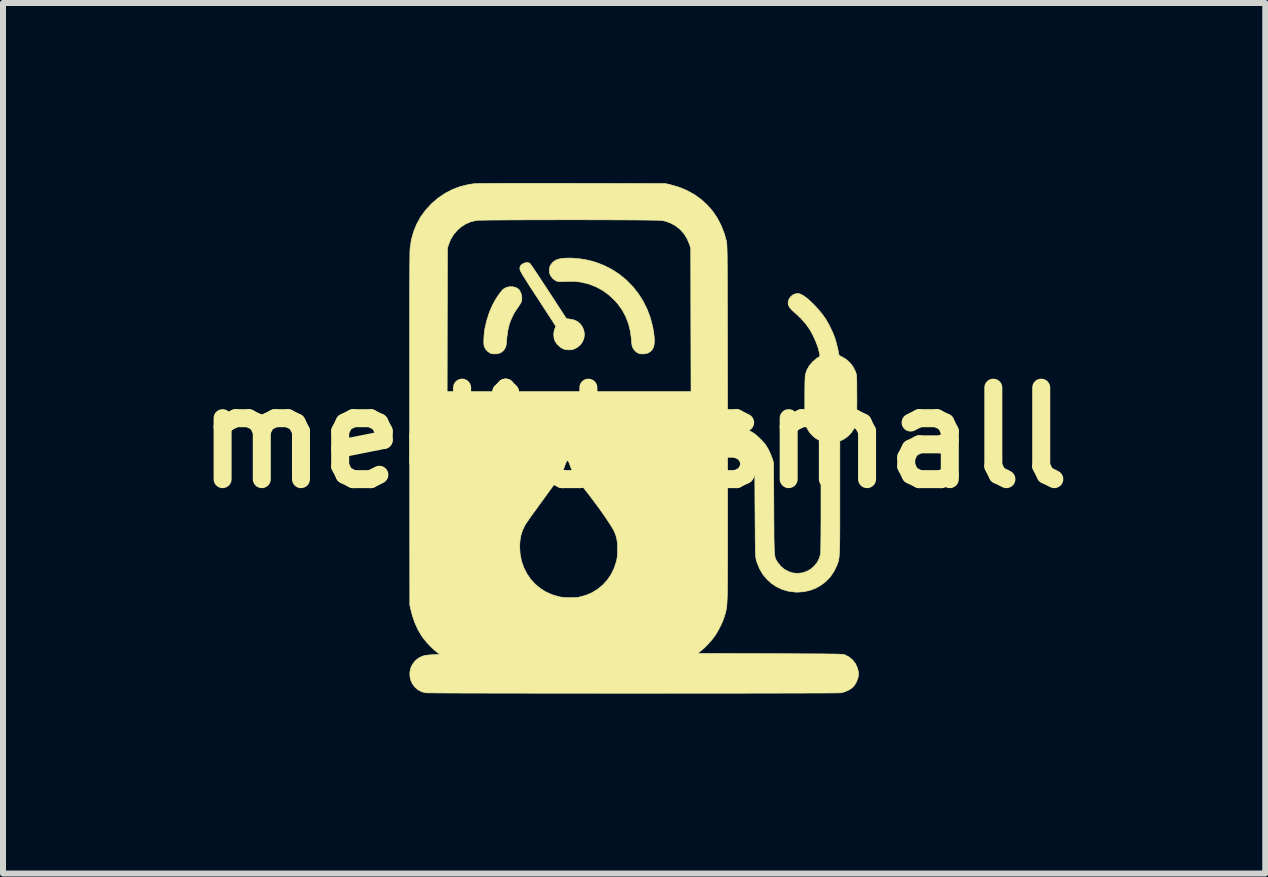
<source format=kicad_pcb>
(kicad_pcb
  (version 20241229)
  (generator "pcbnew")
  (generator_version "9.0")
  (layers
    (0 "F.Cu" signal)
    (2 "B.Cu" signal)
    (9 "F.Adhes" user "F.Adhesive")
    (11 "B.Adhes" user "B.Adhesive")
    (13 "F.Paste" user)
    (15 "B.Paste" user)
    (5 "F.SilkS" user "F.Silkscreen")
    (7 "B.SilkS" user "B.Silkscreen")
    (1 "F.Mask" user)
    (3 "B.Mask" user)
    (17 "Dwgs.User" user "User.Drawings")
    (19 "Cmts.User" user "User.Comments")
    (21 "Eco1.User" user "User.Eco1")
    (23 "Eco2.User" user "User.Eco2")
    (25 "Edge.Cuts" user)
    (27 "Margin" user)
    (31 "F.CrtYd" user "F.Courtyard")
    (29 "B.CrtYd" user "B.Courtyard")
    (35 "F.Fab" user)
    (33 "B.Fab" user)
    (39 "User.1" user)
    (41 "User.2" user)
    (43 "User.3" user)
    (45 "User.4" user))
  (footprint "medidosmall"
    (layer "F.Cu")
    (at 7.518 4.246)
    (property "Reference" "medidosmall" (at 0 0 0) (layer "F.SilkS") (effects (font (size 1.524 1.524) (thickness 0.3))))
    (attr through_hole)
    (fp_poly (pts (xy -2.014 -2.516) (xy -1.961 -2.499) (xy -1.942 -2.489) (xy -1.913 -2.462) (xy -1.891 -2.423) (xy -1.876 -2.378) (xy -1.87 -2.33) (xy -1.874 -2.284) (xy -1.882 -2.26) (xy -1.892 -2.24) (xy -1.91 -2.212) (xy -1.931 -2.179) (xy -1.943 -2.163) (xy -2 -2.076) (xy -2.044 -1.988) (xy -2.079 -1.895) (xy -2.103 -1.795) (xy -2.119 -1.685) (xy -2.124 -1.626) (xy -2.128 -1.58) (xy -2.132 -1.548) (xy -2.137 -1.523) (xy -2.145 -1.504) (xy -2.154 -1.486) (xy -2.186 -1.445) (xy -2.224 -1.417) (xy -2.272 -1.402) (xy -2.306 -1.399) (xy -2.344 -1.398) (xy -2.371 -1.402) (xy -2.396 -1.411) (xy -2.403 -1.414) (xy -2.444 -1.443) (xy -2.477 -1.481) (xy -2.498 -1.524) (xy -2.499 -1.528) (xy -2.503 -1.556) (xy -2.505 -1.596) (xy -2.504 -1.645) (xy -2.501 -1.699) (xy -2.496 -1.754) (xy -2.489 -1.806) (xy -2.485 -1.829) (xy -2.454 -1.959) (xy -2.413 -2.087) (xy -2.362 -2.206) (xy -2.338 -2.252) (xy -2.311 -2.3) (xy -2.28 -2.349) (xy -2.249 -2.394) (xy -2.219 -2.433) (xy -2.193 -2.464) (xy -2.174 -2.481) (xy -2.125 -2.507) (xy -2.07 -2.518) (xy -2.014 -2.516)) (stroke (width 0.01) (type solid)) (fill yes) (layer "F.SilkS"))
    (fp_poly (pts (xy -1.042 -2.994) (xy -0.957 -2.988) (xy -0.869 -2.978) (xy -0.781 -2.962) (xy -0.695 -2.941) (xy -0.643 -2.926) (xy -0.5 -2.871) (xy -0.366 -2.802) (xy -0.241 -2.72) (xy -0.126 -2.625) (xy -0.022 -2.519) (xy 0.07 -2.403) (xy 0.15 -2.277) (xy 0.217 -2.142) (xy 0.271 -1.999) (xy 0.31 -1.849) (xy 0.33 -1.727) (xy 0.337 -1.648) (xy 0.337 -1.582) (xy 0.329 -1.528) (xy 0.312 -1.485) (xy 0.287 -1.451) (xy 0.252 -1.424) (xy 0.234 -1.415) (xy 0.2 -1.403) (xy 0.158 -1.398) (xy 0.115 -1.398) (xy 0.081 -1.405) (xy 0.077 -1.406) (xy 0.031 -1.434) (xy -0.006 -1.475) (xy -0.014 -1.487) (xy -0.023 -1.505) (xy -0.031 -1.525) (xy -0.036 -1.549) (xy -0.04 -1.582) (xy -0.043 -1.628) (xy -0.043 -1.631) (xy -0.061 -1.769) (xy -0.092 -1.899) (xy -0.139 -2.02) (xy -0.2 -2.133) (xy -0.276 -2.237) (xy -0.323 -2.29) (xy -0.42 -2.381) (xy -0.526 -2.457) (xy -0.639 -2.518) (xy -0.758 -2.564) (xy -0.883 -2.594) (xy -1.013 -2.608) (xy -1.148 -2.606) (xy -1.173 -2.604) (xy -1.225 -2.601) (xy -1.266 -2.604) (xy -1.299 -2.614) (xy -1.329 -2.633) (xy -1.348 -2.648) (xy -1.386 -2.692) (xy -1.408 -2.74) (xy -1.414 -2.794) (xy -1.405 -2.848) (xy -1.388 -2.883) (xy -1.36 -2.919) (xy -1.324 -2.949) (xy -1.301 -2.962) (xy -1.254 -2.979) (xy -1.193 -2.989) (xy -1.122 -2.994) (xy -1.042 -2.994)) (stroke (width 0.01) (type solid)) (fill yes) (layer "F.SilkS"))
    (fp_poly (pts (xy -1.758 -2.917) (xy -1.736 -2.906) (xy -1.729 -2.897) (xy -1.713 -2.874) (xy -1.689 -2.84) (xy -1.659 -2.795) (xy -1.622 -2.741) (xy -1.581 -2.679) (xy -1.536 -2.61) (xy -1.487 -2.536) (xy -1.436 -2.458) (xy -1.423 -2.438) (xy -1.128 -1.985) (xy -1.075 -1.979) (xy -1.005 -1.965) (xy -0.947 -1.939) (xy -0.9 -1.9) (xy -0.862 -1.848) (xy -0.855 -1.834) (xy -0.834 -1.773) (xy -0.828 -1.711) (xy -0.838 -1.652) (xy -0.862 -1.596) (xy -0.899 -1.546) (xy -0.949 -1.505) (xy -0.976 -1.491) (xy -1.01 -1.475) (xy -1.04 -1.468) (xy -1.074 -1.465) (xy -1.083 -1.465) (xy -1.119 -1.468) (xy -1.154 -1.473) (xy -1.175 -1.479) (xy -1.212 -1.498) (xy -1.251 -1.529) (xy -1.287 -1.565) (xy -1.313 -1.604) (xy -1.32 -1.617) (xy -1.335 -1.668) (xy -1.339 -1.724) (xy -1.333 -1.779) (xy -1.321 -1.817) (xy -1.304 -1.856) (xy -1.328 -1.896) (xy -1.337 -1.91) (xy -1.354 -1.937) (xy -1.379 -1.975) (xy -1.411 -2.023) (xy -1.448 -2.08) (xy -1.489 -2.144) (xy -1.535 -2.214) (xy -1.583 -2.289) (xy -1.626 -2.354) (xy -1.684 -2.443) (xy -1.734 -2.519) (xy -1.775 -2.584) (xy -1.809 -2.638) (xy -1.837 -2.682) (xy -1.859 -2.717) (xy -1.875 -2.746) (xy -1.887 -2.768) (xy -1.895 -2.785) (xy -1.9 -2.798) (xy -1.903 -2.808) (xy -1.903 -2.811) (xy -1.903 -2.84) (xy -1.896 -2.862) (xy -1.889 -2.871) (xy -1.861 -2.896) (xy -1.827 -2.913) (xy -1.791 -2.92) (xy -1.758 -2.917)) (stroke (width 0.01) (type solid)) (fill yes) (layer "F.SilkS"))
    (fp_poly (pts (xy -1.512 -4.241) (xy -1.317 -4.24) (xy -1.105 -4.24) (xy -1.029 -4.24) (xy 0.521 -4.237) (xy 0.603 -4.218) (xy 0.746 -4.177) (xy 0.879 -4.122) (xy 1.003 -4.054) (xy 1.116 -3.973) (xy 1.219 -3.88) (xy 1.31 -3.775) (xy 1.388 -3.659) (xy 1.453 -3.533) (xy 1.505 -3.398) (xy 1.535 -3.289) (xy 1.538 -3.28) (xy 1.54 -3.27) (xy 1.541 -3.259) (xy 1.543 -3.247) (xy 1.545 -3.233) (xy 1.546 -3.215) (xy 1.547 -3.194) (xy 1.548 -3.168) (xy 1.549 -3.136) (xy 1.55 -3.098) (xy 1.551 -3.054) (xy 1.552 -3.001) (xy 1.552 -2.94) (xy 1.553 -2.87) (xy 1.553 -2.789) (xy 1.553 -2.698) (xy 1.554 -2.595) (xy 1.554 -2.48) (xy 1.554 -2.352) (xy 1.555 -2.209) (xy 1.555 -2.052) (xy 1.555 -1.88) (xy 1.556 -1.709) (xy 1.558 -0.206) (xy 1.633 -0.2) (xy 1.732 -0.186) (xy 1.831 -0.157) (xy 1.926 -0.116) (xy 1.998 -0.073) (xy 2.037 -0.043) (xy 2.081 -0.004) (xy 2.125 0.04) (xy 2.164 0.083) (xy 2.189 0.114) (xy 2.236 0.19) (xy 2.275 0.273) (xy 2.3 0.339) (xy 2.324 0.411) (xy 2.329 1.177) (xy 2.329 1.312) (xy 2.33 1.431) (xy 2.331 1.535) (xy 2.331 1.625) (xy 2.332 1.703) (xy 2.334 1.77) (xy 2.335 1.826) (xy 2.337 1.874) (xy 2.339 1.912) (xy 2.342 1.944) (xy 2.346 1.971) (xy 2.35 1.992) (xy 2.355 2.009) (xy 2.361 2.024) (xy 2.368 2.038) (xy 2.376 2.051) (xy 2.385 2.065) (xy 2.395 2.079) (xy 2.445 2.143) (xy 2.506 2.193) (xy 2.574 2.23) (xy 2.648 2.253) (xy 2.726 2.26) (xy 2.804 2.251) (xy 2.877 2.227) (xy 2.944 2.189) (xy 3.002 2.139) (xy 3.051 2.079) (xy 3.086 2.011) (xy 3.107 1.94) (xy 3.109 1.923) (xy 3.11 1.891) (xy 3.111 1.842) (xy 3.112 1.778) (xy 3.113 1.699) (xy 3.114 1.606) (xy 3.114 1.499) (xy 3.115 1.379) (xy 3.115 1.246) (xy 3.115 1.101) (xy 3.115 0.975) (xy 3.115 0.055) (xy 3.065 0.031) (xy 3.016 0.001) (xy 2.968 -0.041) (xy 2.925 -0.09) (xy 2.897 -0.133) (xy 2.885 -0.157) (xy 2.875 -0.178) (xy 2.867 -0.2) (xy 2.86 -0.223) (xy 2.855 -0.25) (xy 2.851 -0.282) (xy 2.849 -0.321) (xy 2.847 -0.369) (xy 2.846 -0.428) (xy 2.845 -0.499) (xy 2.845 -0.584) (xy 2.845 -0.645) (xy 2.845 -0.748) (xy 2.846 -0.837) (xy 2.847 -0.912) (xy 2.849 -0.972) (xy 2.851 -1.017) (xy 2.853 -1.045) (xy 2.854 -1.052) (xy 2.879 -1.128) (xy 2.919 -1.199) (xy 2.973 -1.264) (xy 3.041 -1.322) (xy 3.086 -1.351) (xy 3.094 -1.357) (xy 3.097 -1.367) (xy 3.095 -1.385) (xy 3.09 -1.41) (xy 3.067 -1.499) (xy 3.033 -1.593) (xy 2.991 -1.688) (xy 2.944 -1.778) (xy 2.902 -1.843) (xy 2.846 -1.917) (xy 2.778 -1.992) (xy 2.703 -2.064) (xy 2.668 -2.094) (xy 2.621 -2.137) (xy 2.589 -2.177) (xy 2.571 -2.214) (xy 2.566 -2.252) (xy 2.574 -2.291) (xy 2.581 -2.307) (xy 2.609 -2.351) (xy 2.647 -2.382) (xy 2.692 -2.4) (xy 2.741 -2.403) (xy 2.75 -2.402) (xy 2.783 -2.39) (xy 2.824 -2.367) (xy 2.871 -2.333) (xy 2.922 -2.29) (xy 2.975 -2.24) (xy 3.029 -2.185) (xy 3.081 -2.126) (xy 3.131 -2.066) (xy 3.175 -2.005) (xy 3.19 -1.984) (xy 3.219 -1.935) (xy 3.251 -1.877) (xy 3.282 -1.814) (xy 3.311 -1.752) (xy 3.334 -1.696) (xy 3.344 -1.669) (xy 3.357 -1.627) (xy 3.371 -1.577) (xy 3.384 -1.524) (xy 3.396 -1.474) (xy 3.405 -1.431) (xy 3.408 -1.412) (xy 3.412 -1.39) (xy 3.419 -1.375) (xy 3.433 -1.364) (xy 3.457 -1.352) (xy 3.461 -1.35) (xy 3.533 -1.308) (xy 3.595 -1.253) (xy 3.647 -1.187) (xy 3.686 -1.111) (xy 3.693 -1.092) (xy 3.698 -1.079) (xy 3.702 -1.066) (xy 3.705 -1.052) (xy 3.707 -1.035) (xy 3.709 -1.013) (xy 3.71 -0.985) (xy 3.711 -0.95) (xy 3.712 -0.905) (xy 3.712 -0.848) (xy 3.712 -0.779) (xy 3.713 -0.695) (xy 3.713 -0.66) (xy 3.713 -0.57) (xy 3.712 -0.496) (xy 3.712 -0.435) (xy 3.712 -0.385) (xy 3.711 -0.346) (xy 3.71 -0.315) (xy 3.708 -0.291) (xy 3.706 -0.272) (xy 3.703 -0.256) (xy 3.699 -0.241) (xy 3.695 -0.227) (xy 3.694 -0.223) (xy 3.662 -0.148) (xy 3.618 -0.081) (xy 3.563 -0.024) (xy 3.499 0.021) (xy 3.478 0.032) (xy 3.429 0.055) (xy 3.429 0.987) (xy 3.429 1.14) (xy 3.429 1.276) (xy 3.429 1.398) (xy 3.429 1.505) (xy 3.428 1.6) (xy 3.428 1.682) (xy 3.427 1.754) (xy 3.425 1.816) (xy 3.424 1.869) (xy 3.422 1.914) (xy 3.419 1.952) (xy 3.417 1.984) (xy 3.413 2.012) (xy 3.409 2.035) (xy 3.405 2.056) (xy 3.399 2.074) (xy 3.393 2.092) (xy 3.386 2.11) (xy 3.379 2.129) (xy 3.378 2.131) (xy 3.33 2.229) (xy 3.27 2.317) (xy 3.198 2.393) (xy 3.116 2.456) (xy 3.026 2.507) (xy 2.928 2.544) (xy 2.824 2.566) (xy 2.716 2.573) (xy 2.682 2.571) (xy 2.573 2.557) (xy 2.471 2.528) (xy 2.376 2.484) (xy 2.29 2.427) (xy 2.213 2.357) (xy 2.146 2.276) (xy 2.092 2.184) (xy 2.05 2.082) (xy 2.039 2.045) (xy 2.035 2.033) (xy 2.033 2.021) (xy 2.03 2.008) (xy 2.028 1.993) (xy 2.026 1.975) (xy 2.024 1.953) (xy 2.023 1.925) (xy 2.022 1.891) (xy 2.021 1.849) (xy 2.02 1.798) (xy 2.019 1.737) (xy 2.018 1.665) (xy 2.018 1.581) (xy 2.017 1.483) (xy 2.016 1.372) (xy 2.016 1.244) (xy 2.015 1.215) (xy 2.011 0.453) (xy 1.991 0.404) (xy 1.959 0.34) (xy 1.919 0.28) (xy 1.873 0.23) (xy 1.857 0.216) (xy 1.797 0.175) (xy 1.732 0.142) (xy 1.664 0.12) (xy 1.6 0.11) (xy 1.587 0.11) (xy 1.558 0.11) (xy 1.558 1.411) (xy 1.558 1.59) (xy 1.558 1.753) (xy 1.558 1.901) (xy 1.558 2.034) (xy 1.557 2.154) (xy 1.557 2.261) (xy 1.557 2.357) (xy 1.556 2.441) (xy 1.555 2.516) (xy 1.554 2.581) (xy 1.553 2.637) (xy 1.551 2.686) (xy 1.549 2.729) (xy 1.547 2.765) (xy 1.545 2.797) (xy 1.542 2.824) (xy 1.538 2.848) (xy 1.534 2.869) (xy 1.53 2.889) (xy 1.525 2.908) (xy 1.52 2.928) (xy 1.514 2.948) (xy 1.51 2.962) (xy 1.49 3.021) (xy 1.463 3.088) (xy 1.43 3.157) (xy 1.395 3.223) (xy 1.361 3.28) (xy 1.357 3.286) (xy 1.301 3.361) (xy 1.238 3.434) (xy 1.172 3.501) (xy 1.127 3.539) (xy 1.06 3.594) (xy 2.268 3.598) (xy 2.435 3.599) (xy 2.586 3.599) (xy 2.722 3.6) (xy 2.844 3.601) (xy 2.952 3.601) (xy 3.048 3.602) (xy 3.131 3.602) (xy 3.204 3.603) (xy 3.266 3.604) (xy 3.319 3.604) (xy 3.363 3.605) (xy 3.4 3.606) (xy 3.43 3.607) (xy 3.453 3.609) (xy 3.472 3.61) (xy 3.486 3.611) (xy 3.497 3.613) (xy 3.505 3.615) (xy 3.512 3.617) (xy 3.514 3.618) (xy 3.583 3.654) (xy 3.641 3.702) (xy 3.687 3.761) (xy 3.719 3.83) (xy 3.735 3.888) (xy 3.74 3.923) (xy 3.74 3.951) (xy 3.735 3.982) (xy 3.731 4.001) (xy 3.708 4.066) (xy 3.673 4.125) (xy 3.634 4.167) (xy 3.594 4.195) (xy 3.544 4.22) (xy 3.491 4.24) (xy 3.449 4.25) (xy 3.437 4.251) (xy 3.409 4.252) (xy 3.365 4.252) (xy 3.307 4.253) (xy 3.234 4.253) (xy 3.148 4.254) (xy 3.049 4.254) (xy 2.938 4.254) (xy 2.815 4.255) (xy 2.682 4.255) (xy 2.539 4.255) (xy 2.386 4.256) (xy 2.225 4.256) (xy 2.056 4.256) (xy 1.88 4.257) (xy 1.697 4.257) (xy 1.508 4.257) (xy 1.314 4.257) (xy 1.116 4.257) (xy 0.914 4.257) (xy 0.709 4.257) (xy 0.501 4.258) (xy 0.292 4.258) (xy 0.082 4.258) (xy -0.129 4.258) (xy -0.339 4.258) (xy -0.548 4.258) (xy -0.755 4.257) (xy -0.96 4.257) (xy -1.162 4.257) (xy -1.36 4.257) (xy -1.553 4.257) (xy -1.741 4.257) (xy -1.923 4.256) (xy -2.099 4.256) (xy -2.267 4.256) (xy -2.427 4.256) (xy -2.579 4.255) (xy -2.721 4.255) (xy -2.853 4.255) (xy -2.974 4.254) (xy -3.084 4.254) (xy -3.182 4.253) (xy -3.267 4.253) (xy -3.338 4.252) (xy -3.395 4.252) (xy -3.437 4.251) (xy -3.464 4.251) (xy -3.473 4.25) (xy -3.539 4.233) (xy -3.601 4.201) (xy -3.654 4.155) (xy -3.656 4.152) (xy -3.697 4.096) (xy -3.724 4.034) (xy -3.737 3.968) (xy -3.736 3.902) (xy -3.722 3.837) (xy -3.694 3.777) (xy -3.653 3.723) (xy -3.611 3.686) (xy -3.573 3.662) (xy -3.536 3.644) (xy -3.497 3.631) (xy -3.45 3.623) (xy -3.393 3.618) (xy -3.355 3.616) (xy -3.234 3.611) (xy -3.285 3.574) (xy -3.325 3.541) (xy -3.37 3.499) (xy -3.418 3.451) (xy -3.464 3.4) (xy -3.505 3.35) (xy -3.538 3.306) (xy -3.538 3.306) (xy -3.602 3.198) (xy -3.655 3.081) (xy -3.698 2.955) (xy -3.718 2.874) (xy -3.738 2.79) (xy -3.739 1.82) (xy -1.907 1.82) (xy -1.899 1.941) (xy -1.876 2.056) (xy -1.838 2.164) (xy -1.787 2.265) (xy -1.724 2.357) (xy -1.649 2.439) (xy -1.563 2.511) (xy -1.468 2.57) (xy -1.363 2.617) (xy -1.251 2.649) (xy -1.223 2.655) (xy -1.171 2.661) (xy -1.11 2.665) (xy -1.044 2.666) (xy -0.982 2.663) (xy -0.928 2.658) (xy -0.913 2.655) (xy -0.803 2.625) (xy -0.7 2.581) (xy -0.606 2.523) (xy -0.521 2.453) (xy -0.446 2.371) (xy -0.383 2.278) (xy -0.333 2.176) (xy -0.296 2.066) (xy -0.295 2.061) (xy -0.287 2.024) (xy -0.281 1.989) (xy -0.278 1.95) (xy -0.276 1.903) (xy -0.276 1.858) (xy -0.277 1.786) (xy -0.282 1.726) (xy -0.291 1.673) (xy -0.305 1.624) (xy -0.325 1.573) (xy -0.33 1.562) (xy -0.347 1.528) (xy -0.374 1.483) (xy -0.409 1.428) (xy -0.45 1.365) (xy -0.498 1.296) (xy -0.549 1.222) (xy -0.604 1.146) (xy -0.661 1.069) (xy -0.719 0.992) (xy -0.776 0.918) (xy -0.798 0.89) (xy -0.857 0.815) (xy -0.906 0.751) (xy -0.946 0.696) (xy -0.979 0.646) (xy -1.005 0.601) (xy -1.027 0.559) (xy -1.046 0.516) (xy -1.063 0.472) (xy -1.063 0.47) (xy -1.08 0.424) (xy -1.094 0.395) (xy -1.107 0.382) (xy -1.119 0.386) (xy -1.132 0.406) (xy -1.146 0.442) (xy -1.155 0.467) (xy -1.171 0.511) (xy -1.191 0.558) (xy -1.212 0.599) (xy -1.218 0.61) (xy -1.23 0.629) (xy -1.251 0.66) (xy -1.28 0.702) (xy -1.315 0.752) (xy -1.356 0.81) (xy -1.402 0.874) (xy -1.452 0.942) (xy -1.503 1.013) (xy -1.521 1.037) (xy -1.573 1.108) (xy -1.622 1.177) (xy -1.669 1.241) (xy -1.711 1.299) (xy -1.747 1.351) (xy -1.777 1.394) (xy -1.8 1.426) (xy -1.813 1.448) (xy -1.816 1.452) (xy -1.858 1.538) (xy -1.886 1.626) (xy -1.902 1.718) (xy -1.907 1.82) (xy -3.739 1.82) (xy -3.74 -0.135) (xy -3.741 -0.424) (xy -3.741 -0.696) (xy -3.741 -0.77) (xy -3.116 -0.77) (xy 0.949 -0.77) (xy 0.946 -1.966) (xy 0.944 -3.162) (xy 0.921 -3.23) (xy 0.882 -3.321) (xy 0.83 -3.403) (xy 0.766 -3.474) (xy 0.692 -3.533) (xy 0.609 -3.578) (xy 0.52 -3.61) (xy 0.454 -3.623) (xy 0.437 -3.624) (xy 0.404 -3.625) (xy 0.357 -3.626) (xy 0.295 -3.627) (xy 0.221 -3.628) (xy 0.136 -3.629) (xy 0.04 -3.63) (xy -0.066 -3.63) (xy -0.18 -3.631) (xy -0.301 -3.631) (xy -0.428 -3.632) (xy -0.561 -3.632) (xy -0.697 -3.632) (xy -0.836 -3.633) (xy -0.977 -3.633) (xy -1.119 -3.633) (xy -1.261 -3.633) (xy -1.402 -3.632) (xy -1.54 -3.632) (xy -1.674 -3.632) (xy -1.804 -3.632) (xy -1.928 -3.631) (xy -2.046 -3.631) (xy -2.156 -3.63) (xy -2.256 -3.629) (xy -2.347 -3.629) (xy -2.427 -3.628) (xy -2.495 -3.627) (xy -2.55 -3.626) (xy -2.59 -3.625) (xy -2.615 -3.624) (xy -2.621 -3.623) (xy -2.717 -3.602) (xy -2.805 -3.565) (xy -2.886 -3.513) (xy -2.947 -3.459) (xy -3.01 -3.385) (xy -3.059 -3.303) (xy -3.088 -3.23) (xy -3.111 -3.162) (xy -3.114 -1.966) (xy -3.116 -0.77) (xy -3.741 -0.77) (xy -3.741 -0.951) (xy -3.741 -1.191) (xy -3.741 -1.414) (xy -3.741 -1.623) (xy -3.741 -1.817) (xy -3.741 -1.996) (xy -3.741 -2.161) (xy -3.741 -2.312) (xy -3.74 -2.449) (xy -3.74 -2.574) (xy -3.74 -2.685) (xy -3.739 -2.783) (xy -3.739 -2.87) (xy -3.738 -2.944) (xy -3.737 -3.007) (xy -3.737 -3.059) (xy -3.736 -3.1) (xy -3.735 -3.13) (xy -3.734 -3.15) (xy -3.734 -3.156) (xy -3.712 -3.3) (xy -3.675 -3.434) (xy -3.623 -3.561) (xy -3.557 -3.681) (xy -3.475 -3.793) (xy -3.377 -3.899) (xy -3.373 -3.904) (xy -3.266 -3.996) (xy -3.15 -4.074) (xy -3.027 -4.138) (xy -2.897 -4.187) (xy -2.762 -4.22) (xy -2.669 -4.234) (xy -2.65 -4.235) (xy -2.617 -4.236) (xy -2.571 -4.237) (xy -2.512 -4.238) (xy -2.438 -4.239) (xy -2.351 -4.239) (xy -2.249 -4.24) (xy -2.132 -4.24) (xy -2 -4.24) (xy -1.853 -4.241) (xy -1.69 -4.241) (xy -1.512 -4.241)) (stroke (width 0.01) (type solid)) (fill yes) (layer "F.SilkS")))
  (gr_rect
    (start -3 -3)
    (end 18.037 11.508)
    (stroke (width 0.1) (type default))
    (fill no)
    (layer "Edge.Cuts")))
</source>
